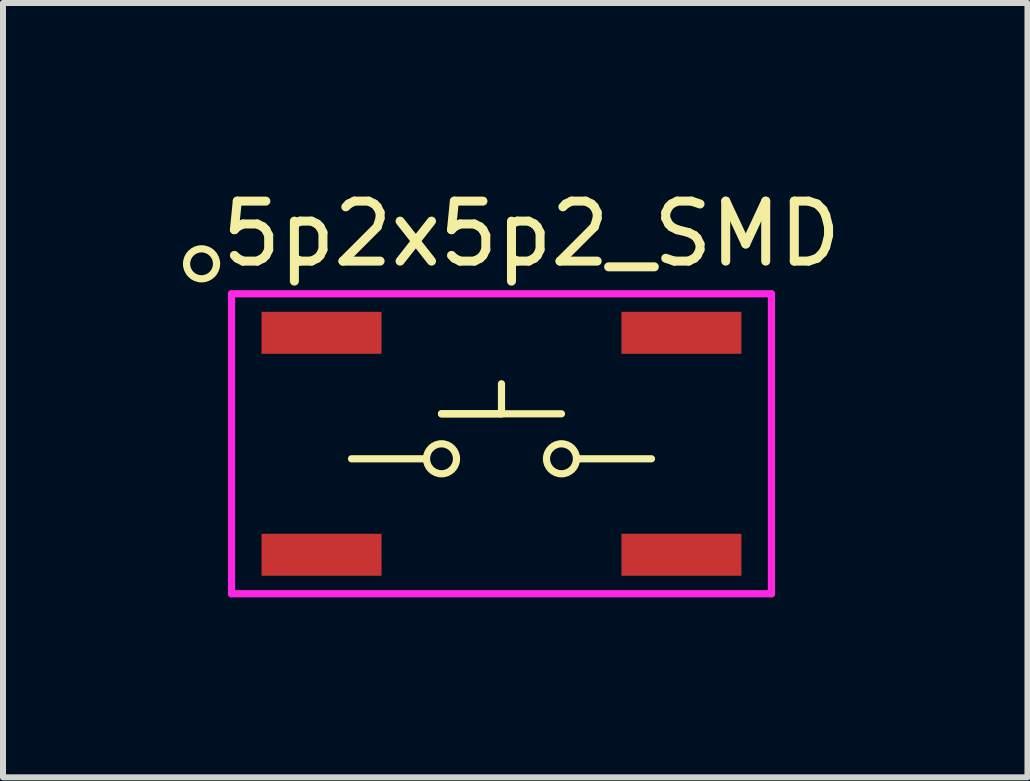
<source format=kicad_pcb>
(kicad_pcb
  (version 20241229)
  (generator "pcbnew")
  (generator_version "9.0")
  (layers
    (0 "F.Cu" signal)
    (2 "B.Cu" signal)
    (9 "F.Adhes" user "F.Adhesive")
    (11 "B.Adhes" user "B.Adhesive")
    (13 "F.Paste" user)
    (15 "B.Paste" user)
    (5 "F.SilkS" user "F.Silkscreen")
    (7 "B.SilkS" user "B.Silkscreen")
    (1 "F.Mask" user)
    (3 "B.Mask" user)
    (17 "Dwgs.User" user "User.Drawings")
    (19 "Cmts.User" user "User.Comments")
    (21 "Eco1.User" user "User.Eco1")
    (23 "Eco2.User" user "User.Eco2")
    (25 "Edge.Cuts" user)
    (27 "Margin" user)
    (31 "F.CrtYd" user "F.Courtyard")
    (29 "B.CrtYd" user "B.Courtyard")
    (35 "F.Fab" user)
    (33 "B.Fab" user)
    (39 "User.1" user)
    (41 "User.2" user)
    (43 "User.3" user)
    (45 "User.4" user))
  (footprint "5p2x5p2_SMD"
    (layer "F.Cu")
    (at 5.31 4.348)
    (property "Reference" "5p2x5p2_SMD" (at 0.5 -3.5 0) (layer "F.SilkS") (effects (font (size 1 1) (thickness 0.15))))
    (attr through_hole)
    (fp_line (start -1.25 0.25) (end -2.5 0.25) (stroke (width 0.12) (type solid)) (layer "F.SilkS"))
    (fp_line (start -1 -0.5) (end 0 -0.5) (stroke (width 0.12) (type solid)) (layer "F.SilkS"))
    (fp_line (start 0 -0.5) (end 0 -1) (stroke (width 0.12) (type solid)) (layer "F.SilkS"))
    (fp_line (start 1 -0.5) (end -1 -0.5) (stroke (width 0.12) (type solid)) (layer "F.SilkS"))
    (fp_line (start 1.25 0.25) (end 2.5 0.25) (stroke (width 0.12) (type solid)) (layer "F.SilkS"))
    (fp_circle (center -5 -3) (end -5 -2.75) (stroke (width 0.12) (type solid)) (fill no) (layer "F.SilkS"))
    (fp_circle (center -1 0.25) (end -0.75 0.25) (stroke (width 0.12) (type solid)) (fill no) (layer "F.SilkS"))
    (fp_circle (center 1 0.25) (end 1.25 0.25) (stroke (width 0.12) (type solid)) (fill no) (layer "F.SilkS"))
    (fp_line (start -4.5 -2.5) (end -4.5 2.5) (stroke (width 0.12) (type solid)) (layer "F.CrtYd"))
    (fp_line (start -4.5 2.5) (end 4.5 2.5) (stroke (width 0.12) (type solid)) (layer "F.CrtYd"))
    (fp_line (start 4.5 -2.5) (end -4.5 -2.5) (stroke (width 0.12) (type solid)) (layer "F.CrtYd"))
    (fp_line (start 4.5 2.5) (end 4.5 -2.5) (stroke (width 0.12) (type solid)) (layer "F.CrtYd"))
    (pad "1" smd rect (at -3 -1.85) (size 2 0.7) (layers "F.Cu" "F.Mask" "F.Paste"))
    (pad "2" smd rect (at 3 -1.85 180) (size 2 0.7) (layers "F.Cu" "F.Mask" "F.Paste"))
    (pad "3" smd rect (at -3 1.85) (size 2 0.7) (layers "F.Cu" "F.Mask" "F.Paste"))
    (pad "4" smd rect (at 3 1.85) (size 2 0.7) (layers "F.Cu" "F.Mask" "F.Paste")))
  (gr_rect
    (start -3 -3)
    (end 14.078 9.908)
    (stroke (width 0.1) (type default))
    (fill no)
    (layer "Edge.Cuts")))
</source>
